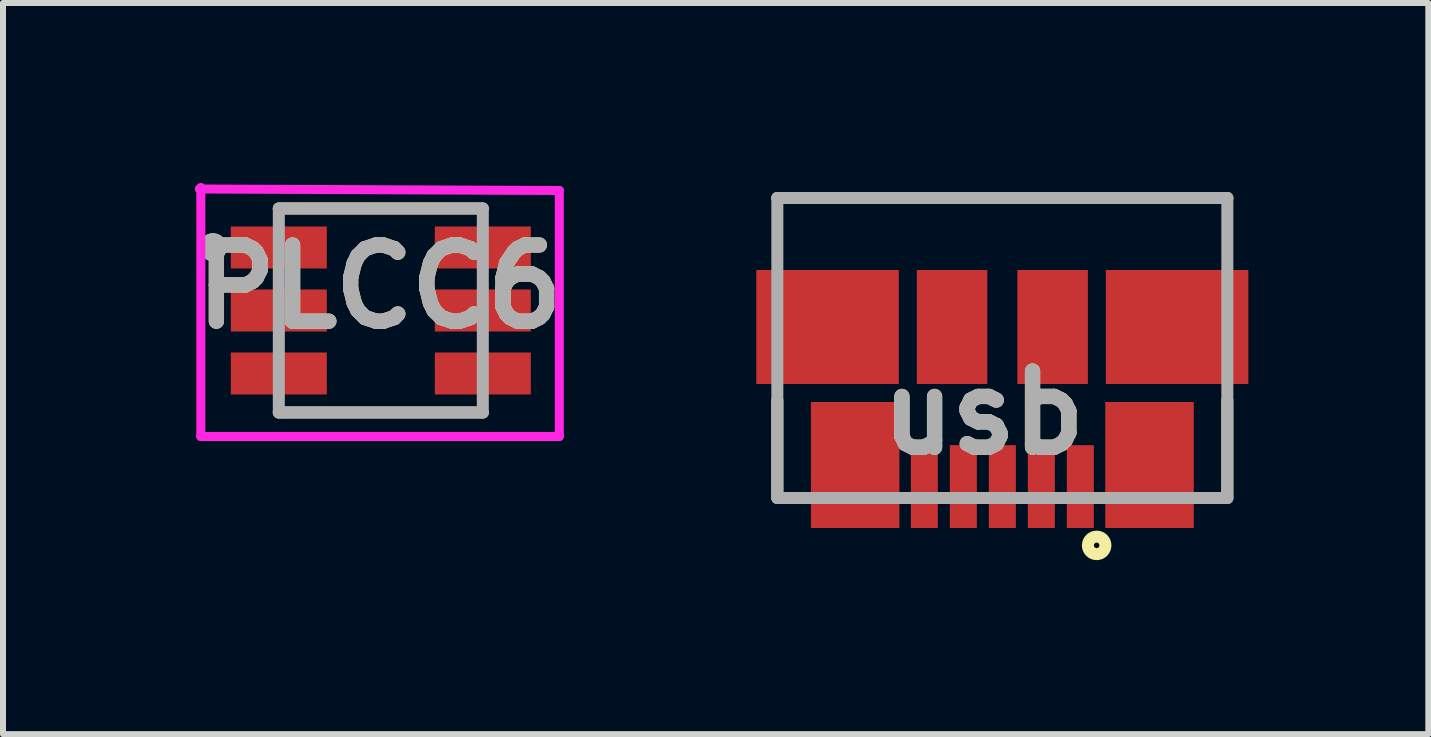
<source format=kicad_pcb>
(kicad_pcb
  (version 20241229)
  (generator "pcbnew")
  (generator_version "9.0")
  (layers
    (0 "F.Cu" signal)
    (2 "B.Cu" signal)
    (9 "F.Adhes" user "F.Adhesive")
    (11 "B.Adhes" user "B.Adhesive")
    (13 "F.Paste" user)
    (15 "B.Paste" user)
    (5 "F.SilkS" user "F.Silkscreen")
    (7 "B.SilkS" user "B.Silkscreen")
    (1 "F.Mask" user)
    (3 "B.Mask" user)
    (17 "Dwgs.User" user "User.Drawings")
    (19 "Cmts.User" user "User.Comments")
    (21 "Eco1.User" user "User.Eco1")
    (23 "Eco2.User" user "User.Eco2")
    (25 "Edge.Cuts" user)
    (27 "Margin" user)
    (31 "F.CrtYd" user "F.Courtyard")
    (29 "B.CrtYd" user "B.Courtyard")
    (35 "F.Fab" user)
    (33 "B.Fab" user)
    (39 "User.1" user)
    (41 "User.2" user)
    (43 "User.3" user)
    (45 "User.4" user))
  (footprint "PLCC6"
    (layer "F.Cu")
    (at 3.297 2.125)
    (property "Reference" "PLCC6" (at -0.019 -0.396 0) (layer "F.SilkS") (effects (font (size 1.27 1.27) (thickness 0.254))))
    (attr smd)
    (fp_line (start -1.7 -1.7) (end 1.7 -1.7) (stroke (width 0.2) (type solid)) (layer "F.SilkS"))
    (fp_line (start 1.7 1.7) (end -1.7 1.7) (stroke (width 0.2) (type solid)) (layer "F.SilkS"))
    (fp_circle (center -2.797 -1.055) (end -2.797 -1.023) (stroke (width 0.2) (type solid)) (fill no) (layer "F.SilkS"))
    (fp_line (start -3 -2.05) (end -3 2.1) (stroke (width 0.15) (type solid)) (layer "F.CrtYd"))
    (fp_line (start -3 2.1) (end 2.975 2.1) (stroke (width 0.15) (type solid)) (layer "F.CrtYd"))
    (fp_line (start 2.975 -2) (end -3.025 -2.025) (stroke (width 0.15) (type solid)) (layer "F.CrtYd"))
    (fp_line (start 2.975 2.1) (end 2.975 -2) (stroke (width 0.15) (type solid)) (layer "F.CrtYd"))
    (fp_line (start -1.7 -1.7) (end 1.7 -1.7) (stroke (width 0.2) (type solid)) (layer "F.Fab"))
    (fp_line (start -1.7 1.7) (end -1.7 -1.7) (stroke (width 0.2) (type solid)) (layer "F.Fab"))
    (fp_line (start 1.7 -1.7) (end 1.7 1.7) (stroke (width 0.2) (type solid)) (layer "F.Fab"))
    (fp_line (start 1.7 1.7) (end -1.7 1.7) (stroke (width 0.2) (type solid)) (layer "F.Fab"))
    (fp_circle (center -2.797 -1.055) (end -2.765 -1.055) (stroke (width 0.2) (type solid)) (fill no) (layer "F.Fab"))
    (fp_text user "${REFERENCE}" (at -0.019 -0.396 0) (layer "F.Fab") (effects (font (size 1.27 1.27) (thickness 0.254))))
    (pad "1" smd rect (at -1.7 -1.05 90) (size 0.7 1.6) (layers "F.Cu" "F.Mask" "F.Paste"))
    (pad "2" smd rect (at -1.7 0 90) (size 0.7 1.6) (layers "F.Cu" "F.Mask" "F.Paste"))
    (pad "3" smd rect (at -1.7 1.05 90) (size 0.7 1.6) (layers "F.Cu" "F.Mask" "F.Paste"))
    (pad "4" smd rect (at 1.7 1.05 90) (size 0.7 1.6) (layers "F.Cu" "F.Mask" "F.Paste"))
    (pad "5" smd rect (at 1.7 0 90) (size 0.7 1.6) (layers "F.Cu" "F.Mask" "F.Paste"))
    (pad "6" smd rect (at 1.7 -1.05 90) (size 0.7 1.6) (layers "F.Cu" "F.Mask" "F.Paste")))
  (footprint "usb"
    (layer "F.Cu")
    (at 13.656 0.25)
    (property "Reference" "usb" (at -0.313 3.58 0) (layer "F.SilkS") (effects (font (size 1.27 1.27) (thickness 0.254))))
    (attr smd)
    (fp_line (start -3.75 0) (end 3.75 0) (stroke (width 0.2) (type solid)) (layer "F.SilkS"))
    (fp_line (start -3.75 5) (end -3.75 3.373) (stroke (width 0.2) (type solid)) (layer "F.SilkS"))
    (fp_line (start 3.75 5) (end 3.75 3.373) (stroke (width 0.2) (type solid)) (layer "F.SilkS"))
    (fp_circle (center 1.572 5.79) (end 1.572 5.836) (stroke (width 0.2) (type solid)) (fill no) (layer "F.SilkS"))
    (fp_line (start -3.75 0) (end 3.75 0) (stroke (width 0.2) (type solid)) (layer "F.Fab"))
    (fp_line (start -3.75 5) (end -3.75 0) (stroke (width 0.2) (type solid)) (layer "F.Fab"))
    (fp_line (start 3.75 0) (end 3.75 5) (stroke (width 0.2) (type solid)) (layer "F.Fab"))
    (fp_line (start 3.75 5) (end -3.75 5) (stroke (width 0.2) (type solid)) (layer "F.Fab"))
    (fp_text user "${REFERENCE}" (at -0.313 3.58 0) (layer "F.Fab") (effects (font (size 1.27 1.27) (thickness 0.254))))
    (pad "1" smd rect (at 1.3 4.81) (size 0.45 1.38) (layers "F.Cu" "F.Mask" "F.Paste"))
    (pad "2" smd rect (at 0.65 4.81) (size 0.45 1.38) (layers "F.Cu" "F.Mask" "F.Paste"))
    (pad "3" smd rect (at 0 4.81) (size 0.45 1.38) (layers "F.Cu" "F.Mask" "F.Paste"))
    (pad "4" smd rect (at -0.65 4.81) (size 0.45 1.38) (layers "F.Cu" "F.Mask" "F.Paste"))
    (pad "5" smd rect (at -1.3 4.81) (size 0.45 1.38) (layers "F.Cu" "F.Mask" "F.Paste"))
    (pad "6" smd rect (at -2.453 4.45) (size 1.475 2.1) (layers "F.Cu" "F.Mask" "F.Paste"))
    (pad "7" smd rect (at 2.453 4.45) (size 1.475 2.1) (layers "F.Cu" "F.Mask" "F.Paste"))
    (pad "8" smd rect (at 0.838 2.15) (size 1.175 1.9) (layers "F.Cu" "F.Mask" "F.Paste"))
    (pad "9" smd rect (at -0.838 2.15) (size 1.175 1.9) (layers "F.Cu" "F.Mask" "F.Paste"))
    (pad "10" smd rect (at 2.913 2.15 90) (size 1.9 2.375) (layers "F.Cu" "F.Mask" "F.Paste"))
    (pad "11" smd rect (at -2.913 2.15 90) (size 1.9 2.375) (layers "F.Cu" "F.Mask" "F.Paste")))
  (gr_rect
    (start -3 -3)
    (end 20.756 9.186)
    (stroke (width 0.1) (type default))
    (fill no)
    (layer "Edge.Cuts")))
</source>
